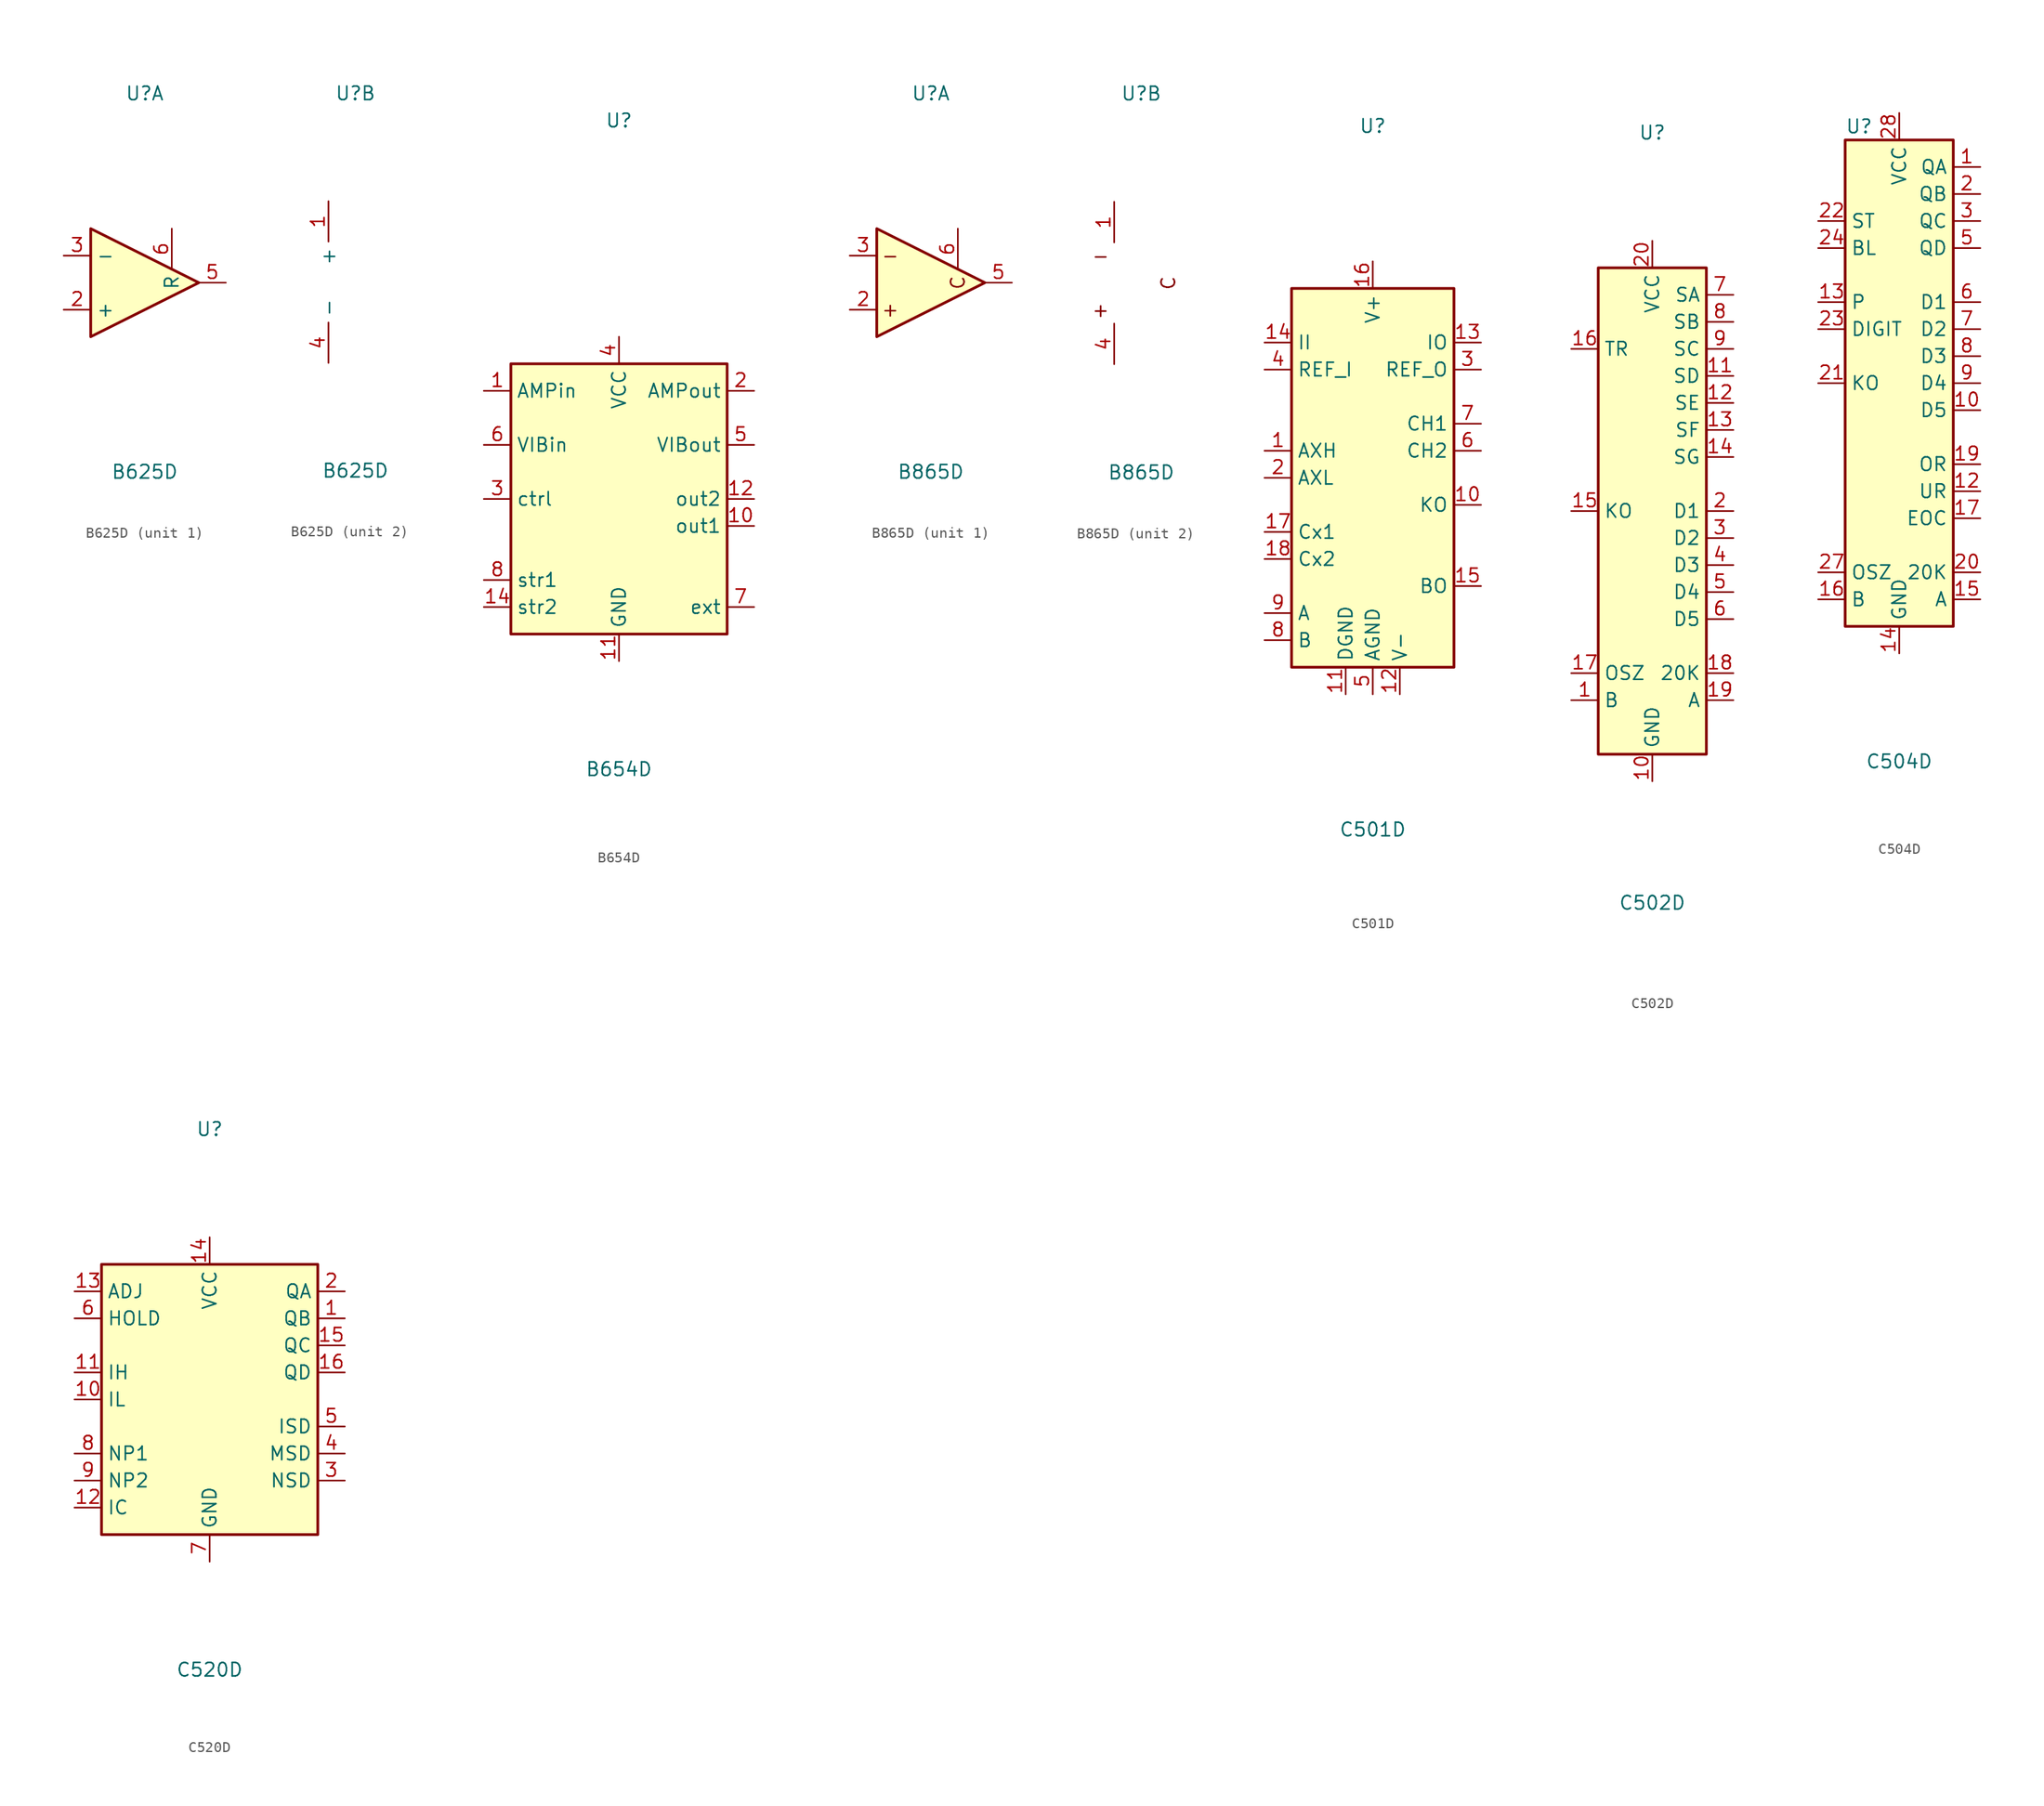
<source format=kicad_sym>
(kicad_symbol_lib
  (version 20241209)
  (generator "kicad_symbol_editor")
  (generator_version "9.0")
  (symbol "B625D"
    (property "Reference" "U"
      (at 0 17.78 0)
      (effects (font (size 1.27 1.27))))
    (property "Value" "B625D"
      (at 0 -17.78 0)
      (effects (font (size 1.27 1.27))))
    (property "ki_locked" ""
      (at 0 0 0)
      (effects (font (size 1.27 1.27))))
    (symbol "B625D_1_1"
      (polyline (pts (xy -5.08 5.08) (xy 5.08 0) (xy -5.08 -5.08) (xy -5.08 5.08)) (stroke (width 0.254) (type default)) (fill (type background)))
      (pin input line (at -7.62 2.54 0) (length 2.54) (name "-" (effects (font (size 1.27 1.27)))) (number "3" (effects (font (size 1.27 1.27)))))
      (pin input line (at -7.62 -2.54 0) (length 2.54) (name "+" (effects (font (size 1.27 1.27)))) (number "2" (effects (font (size 1.27 1.27)))))
      (pin passive line (at 2.54 5.08 270) (length 3.81) (name "R" (effects (font (size 1.27 1.27)))) (number "6" (effects (font (size 1.27 1.27)))))
      (pin output line (at 7.62 0 180) (length 2.54) (name "~" (effects (font (size 1.27 1.27)))) (number "5" (effects (font (size 1.27 1.27))))))
    (symbol "B625D_2_1"
      (pin power_in line (at -2.54 7.62 270) (length 3.81) (name "+" (effects (font (size 1.27 1.27)))) (number "1" (effects (font (size 1.27 1.27)))))
      (pin power_in line (at -2.54 -7.62 90) (length 3.81) (name "-" (effects (font (size 1.27 1.27)))) (number "4" (effects (font (size 1.27 1.27)))))))
  (symbol "B654D"
    (property "Reference" "U"
      (at 0 35.56 0)
      (effects (font (size 1.27 1.27))))
    (property "Value" "B654D"
      (at 0 -25.4 0)
      (effects (font (size 1.27 1.27))))
    (symbol "B654D_0_1"
      (rectangle (start -10.16 12.7) (end 10.16 -12.7) (stroke (width 0.254) (type default)) (fill (type background))))
    (symbol "B654D_1_1"
      (pin input line (at -12.7 10.16 0) (length 2.54) (name "AMPin" (effects (font (size 1.27 1.27)))) (number "1" (effects (font (size 1.27 1.27)))))
      (pin input line (at -12.7 5.08 0) (length 2.54) (name "VIBin" (effects (font (size 1.27 1.27)))) (number "6" (effects (font (size 1.27 1.27)))))
      (pin input line (at -12.7 0 0) (length 2.54) (name "ctrl" (effects (font (size 1.27 1.27)))) (number "3" (effects (font (size 1.27 1.27)))))
      (pin passive line (at -12.7 -7.62 0) (length 2.54) (name "str1" (effects (font (size 1.27 1.27)))) (number "8" (effects (font (size 1.27 1.27)))))
      (pin passive line (at -12.7 -10.16 0) (length 2.54) (name "str2" (effects (font (size 1.27 1.27)))) (number "14" (effects (font (size 1.27 1.27)))))
      (pin no_connect line (at -10.16 -2.54 0) (length 2.54) (hide yes) (name "~" (effects (font (size 1.27 1.27)))) (number "9" (effects (font (size 1.27 1.27)))))
      (pin no_connect line (at -10.16 -5.08 0) (length 2.54) (hide yes) (name "~" (effects (font (size 1.27 1.27)))) (number "13" (effects (font (size 1.27 1.27)))))
      (pin power_in line (at 0 15.24 270) (length 2.54) (name "VCC" (effects (font (size 1.27 1.27)))) (number "4" (effects (font (size 1.27 1.27)))))
      (pin power_in line (at 0 -15.24 90) (length 2.54) (name "GND" (effects (font (size 1.27 1.27)))) (number "11" (effects (font (size 1.27 1.27)))))
      (pin output line (at 12.7 10.16 180) (length 2.54) (name "AMPout" (effects (font (size 1.27 1.27)))) (number "2" (effects (font (size 1.27 1.27)))))
      (pin output line (at 12.7 5.08 180) (length 2.54) (name "VIBout" (effects (font (size 1.27 1.27)))) (number "5" (effects (font (size 1.27 1.27)))))
      (pin output line (at 12.7 0 180) (length 2.54) (name "out2" (effects (font (size 1.27 1.27)))) (number "12" (effects (font (size 1.27 1.27)))))
      (pin output line (at 12.7 -2.54 180) (length 2.54) (name "out1" (effects (font (size 1.27 1.27)))) (number "10" (effects (font (size 1.27 1.27)))))
      (pin passive line (at 12.7 -10.16 180) (length 2.54) (name "ext" (effects (font (size 1.27 1.27)))) (number "7" (effects (font (size 1.27 1.27)))))))
  (symbol "B865D"
    (pin_names
      (hide yes))
    (property "Reference" "U"
      (at 0 17.78 0)
      (effects (font (size 1.27 1.27))))
    (property "Value" "B865D"
      (at 0 -17.78 0)
      (effects (font (size 1.27 1.27))))
    (property "ki_locked" ""
      (at 0 0 0)
      (effects (font (size 1.27 1.27))))
    (symbol "B865D_0_0"
      (text "-" (at -3.81 2.54 0) (effects (font (size 1.27 1.27))))
      (text "+" (at -3.81 -2.54 0) (effects (font (size 1.27 1.27))))
      (text "C" (at 2.54 0 900) (effects (font (size 1.27 1.27)))))
    (symbol "B865D_1_1"
      (polyline (pts (xy -5.08 5.08) (xy 5.08 0) (xy -5.08 -5.08) (xy -5.08 5.08)) (stroke (width 0.254) (type default)) (fill (type background)))
      (pin input line (at -7.62 2.54 0) (length 2.54) (name "-" (effects (font (size 1.27 1.27)))) (number "3" (effects (font (size 1.27 1.27)))))
      (pin input line (at -7.62 -2.54 0) (length 2.54) (name "+" (effects (font (size 1.27 1.27)))) (number "2" (effects (font (size 1.27 1.27)))))
      (pin passive line (at 2.54 5.08 270) (length 3.81) (name "C" (effects (font (size 1.27 1.27)))) (number "6" (effects (font (size 1.27 1.27)))))
      (pin output line (at 7.62 0 180) (length 2.54) (name "~" (effects (font (size 1.27 1.27)))) (number "5" (effects (font (size 1.27 1.27))))))
    (symbol "B865D_2_1"
      (pin power_in line (at -2.54 7.62 270) (length 3.81) (name "+" (effects (font (size 1.27 1.27)))) (number "1" (effects (font (size 1.27 1.27)))))
      (pin power_in line (at -2.54 -7.62 90) (length 3.81) (name "-" (effects (font (size 1.27 1.27)))) (number "4" (effects (font (size 1.27 1.27)))))))
  (symbol "C501D"
    (property "Reference" "U"
      (at 0 33.02 0)
      (effects (font (size 1.27 1.27))))
    (property "Value" "C501D"
      (at 0 -33.02 0)
      (effects (font (size 1.27 1.27))))
    (symbol "C501D_1_1"
      (rectangle (start -7.62 17.78) (end 7.62 -17.78) (stroke (width 0.254) (type default)) (fill (type background)))
      (pin input line (at -10.16 12.7 0) (length 2.54) (name "II" (effects (font (size 1.27 1.27)))) (number "14" (effects (font (size 1.27 1.27)))))
      (pin input line (at -10.16 10.16 0) (length 2.54) (name "REF_I" (effects (font (size 1.27 1.27)))) (number "4" (effects (font (size 1.27 1.27)))))
      (pin input line (at -10.16 2.54 0) (length 2.54) (name "AXH" (effects (font (size 1.27 1.27)))) (number "1" (effects (font (size 1.27 1.27)))))
      (pin input line (at -10.16 0 0) (length 2.54) (name "AXL" (effects (font (size 1.27 1.27)))) (number "2" (effects (font (size 1.27 1.27)))))
      (pin passive line (at -10.16 -5.08 0) (length 2.54) (name "Cx1" (effects (font (size 1.27 1.27)))) (number "17" (effects (font (size 1.27 1.27)))))
      (pin passive line (at -10.16 -7.62 0) (length 2.54) (name "Cx2" (effects (font (size 1.27 1.27)))) (number "18" (effects (font (size 1.27 1.27)))))
      (pin input line (at -10.16 -12.7 0) (length 2.54) (name "A" (effects (font (size 1.27 1.27)))) (number "9" (effects (font (size 1.27 1.27)))))
      (pin input line (at -10.16 -15.24 0) (length 2.54) (name "B" (effects (font (size 1.27 1.27)))) (number "8" (effects (font (size 1.27 1.27)))))
      (pin power_in line (at -2.54 -20.32 90) (length 2.54) (name "DGND" (effects (font (size 1.27 1.27)))) (number "11" (effects (font (size 1.27 1.27)))))
      (pin power_in line (at 0 20.32 270) (length 2.54) (name "V+" (effects (font (size 1.27 1.27)))) (number "16" (effects (font (size 1.27 1.27)))))
      (pin power_in line (at 0 -20.32 90) (length 2.54) (name "AGND" (effects (font (size 1.27 1.27)))) (number "5" (effects (font (size 1.27 1.27)))))
      (pin power_in line (at 2.54 -20.32 90) (length 2.54) (name "V-" (effects (font (size 1.27 1.27)))) (number "12" (effects (font (size 1.27 1.27)))))
      (pin no_connect line (at 7.62 -12.7 180) (length 2.54) (hide yes) (name "~" (effects (font (size 1.27 1.27)))) (number "19" (effects (font (size 1.27 1.27)))))
      (pin no_connect line (at 7.62 -15.24 180) (length 2.54) (hide yes) (name "~" (effects (font (size 1.27 1.27)))) (number "20" (effects (font (size 1.27 1.27)))))
      (pin output line (at 10.16 12.7 180) (length 2.54) (name "IO" (effects (font (size 1.27 1.27)))) (number "13" (effects (font (size 1.27 1.27)))))
      (pin output line (at 10.16 10.16 180) (length 2.54) (name "REF_O" (effects (font (size 1.27 1.27)))) (number "3" (effects (font (size 1.27 1.27)))))
      (pin passive line (at 10.16 5.08 180) (length 2.54) (name "CH1" (effects (font (size 1.27 1.27)))) (number "7" (effects (font (size 1.27 1.27)))))
      (pin passive line (at 10.16 2.54 180) (length 2.54) (name "CH2" (effects (font (size 1.27 1.27)))) (number "6" (effects (font (size 1.27 1.27)))))
      (pin output line (at 10.16 -2.54 180) (length 2.54) (name "KO" (effects (font (size 1.27 1.27)))) (number "10" (effects (font (size 1.27 1.27)))))
      (pin output line (at 10.16 -10.16 180) (length 2.54) (name "BO" (effects (font (size 1.27 1.27)))) (number "15" (effects (font (size 1.27 1.27)))))))
  (symbol "C502D"
    (property "Reference" "U"
      (at 0 35.56 0)
      (effects (font (size 1.27 1.27))))
    (property "Value" "C502D"
      (at 0 -36.83 0)
      (effects (font (size 1.27 1.27))))
    (symbol "C502D_1_1"
      (rectangle (start -5.08 22.86) (end 5.08 -22.86) (stroke (width 0.254) (type default)) (fill (type background)))
      (pin input line (at -7.62 15.24 0) (length 2.54) (name "TR" (effects (font (size 1.27 1.27)))) (number "16" (effects (font (size 1.27 1.27)))))
      (pin input line (at -7.62 0 0) (length 2.54) (name "KO" (effects (font (size 1.27 1.27)))) (number "15" (effects (font (size 1.27 1.27)))))
      (pin passive line (at -7.62 -15.24 0) (length 2.54) (name "OSZ" (effects (font (size 1.27 1.27)))) (number "17" (effects (font (size 1.27 1.27)))))
      (pin input line (at -7.62 -17.78 0) (length 2.54) (name "B" (effects (font (size 1.27 1.27)))) (number "1" (effects (font (size 1.27 1.27)))))
      (pin power_in line (at 0 25.4 270) (length 2.54) (name "VCC" (effects (font (size 1.27 1.27)))) (number "20" (effects (font (size 1.27 1.27)))))
      (pin power_in line (at 0 -25.4 90) (length 2.54) (name "GND" (effects (font (size 1.27 1.27)))) (number "10" (effects (font (size 1.27 1.27)))))
      (pin output line (at 7.62 20.32 180) (length 2.54) (name "SA" (effects (font (size 1.27 1.27)))) (number "7" (effects (font (size 1.27 1.27)))))
      (pin output line (at 7.62 17.78 180) (length 2.54) (name "SB" (effects (font (size 1.27 1.27)))) (number "8" (effects (font (size 1.27 1.27)))))
      (pin output line (at 7.62 15.24 180) (length 2.54) (name "SC" (effects (font (size 1.27 1.27)))) (number "9" (effects (font (size 1.27 1.27)))))
      (pin output line (at 7.62 12.7 180) (length 2.54) (name "SD" (effects (font (size 1.27 1.27)))) (number "11" (effects (font (size 1.27 1.27)))))
      (pin output line (at 7.62 10.16 180) (length 2.54) (name "SE" (effects (font (size 1.27 1.27)))) (number "12" (effects (font (size 1.27 1.27)))))
      (pin output line (at 7.62 7.62 180) (length 2.54) (name "SF" (effects (font (size 1.27 1.27)))) (number "13" (effects (font (size 1.27 1.27)))))
      (pin output line (at 7.62 5.08 180) (length 2.54) (name "SG" (effects (font (size 1.27 1.27)))) (number "14" (effects (font (size 1.27 1.27)))))
      (pin output line (at 7.62 0 180) (length 2.54) (name "D1" (effects (font (size 1.27 1.27)))) (number "2" (effects (font (size 1.27 1.27)))))
      (pin output line (at 7.62 -2.54 180) (length 2.54) (name "D2" (effects (font (size 1.27 1.27)))) (number "3" (effects (font (size 1.27 1.27)))))
      (pin output line (at 7.62 -5.08 180) (length 2.54) (name "D3" (effects (font (size 1.27 1.27)))) (number "4" (effects (font (size 1.27 1.27)))))
      (pin output line (at 7.62 -7.62 180) (length 2.54) (name "D4" (effects (font (size 1.27 1.27)))) (number "5" (effects (font (size 1.27 1.27)))))
      (pin output line (at 7.62 -10.16 180) (length 2.54) (name "D5" (effects (font (size 1.27 1.27)))) (number "6" (effects (font (size 1.27 1.27)))))
      (pin output line (at 7.62 -15.24 180) (length 2.54) (name "20K" (effects (font (size 1.27 1.27)))) (number "18" (effects (font (size 1.27 1.27)))))
      (pin output line (at 7.62 -17.78 180) (length 2.54) (name "A" (effects (font (size 1.27 1.27)))) (number "19" (effects (font (size 1.27 1.27)))))))
  (symbol "C504D"
    (property "Reference" "U"
      (at -5.08 24.13 0)
      (effects (font (size 1.27 1.27)) (justify left)))
    (property "Value" "C504D"
      (at 0 -35.56 0)
      (effects (font (size 1.27 1.27))))
    (symbol "C504D_0_1"
      (rectangle (start -5.08 22.86) (end 5.08 -22.86) (stroke (width 0.254) (type default)) (fill (type background))))
    (symbol "C504D_1_1"
      (pin input line (at -7.62 15.24 0) (length 2.54) (name "ST" (effects (font (size 1.27 1.27)))) (number "22" (effects (font (size 1.27 1.27)))))
      (pin input line (at -7.62 12.7 0) (length 2.54) (name "BL" (effects (font (size 1.27 1.27)))) (number "24" (effects (font (size 1.27 1.27)))))
      (pin input line (at -7.62 7.62 0) (length 2.54) (name "P" (effects (font (size 1.27 1.27)))) (number "13" (effects (font (size 1.27 1.27)))))
      (pin input line (at -7.62 5.08 0) (length 2.54) (name "DIGIT" (effects (font (size 1.27 1.27)))) (number "23" (effects (font (size 1.27 1.27)))))
      (pin input line (at -7.62 0 0) (length 2.54) (name "KO" (effects (font (size 1.27 1.27)))) (number "21" (effects (font (size 1.27 1.27)))))
      (pin passive line (at -7.62 -17.78 0) (length 2.54) (name "OSZ" (effects (font (size 1.27 1.27)))) (number "27" (effects (font (size 1.27 1.27)))))
      (pin input line (at -7.62 -20.32 0) (length 2.54) (name "B" (effects (font (size 1.27 1.27)))) (number "16" (effects (font (size 1.27 1.27)))))
      (pin no_connect line (at -5.08 -2.54 0) (length 2.54) (hide yes) (name "~" (effects (font (size 1.27 1.27)))) (number "4" (effects (font (size 1.27 1.27)))))
      (pin no_connect line (at -5.08 -5.08 0) (length 2.54) (hide yes) (name "~" (effects (font (size 1.27 1.27)))) (number "11" (effects (font (size 1.27 1.27)))))
      (pin no_connect line (at -5.08 -7.62 0) (length 2.54) (hide yes) (name "~" (effects (font (size 1.27 1.27)))) (number "18" (effects (font (size 1.27 1.27)))))
      (pin no_connect line (at -5.08 -10.16 0) (length 2.54) (hide yes) (name "~" (effects (font (size 1.27 1.27)))) (number "25" (effects (font (size 1.27 1.27)))))
      (pin no_connect line (at -5.08 -12.7 0) (length 2.54) (hide yes) (name "~" (effects (font (size 1.27 1.27)))) (number "26" (effects (font (size 1.27 1.27)))))
      (pin power_in line (at 0 25.4 270) (length 2.54) (name "VCC" (effects (font (size 1.27 1.27)))) (number "28" (effects (font (size 1.27 1.27)))))
      (pin power_in line (at 0 -25.4 90) (length 2.54) (name "GND" (effects (font (size 1.27 1.27)))) (number "14" (effects (font (size 1.27 1.27)))))
      (pin output line (at 7.62 20.32 180) (length 2.54) (name "QA" (effects (font (size 1.27 1.27)))) (number "1" (effects (font (size 1.27 1.27)))))
      (pin output line (at 7.62 17.78 180) (length 2.54) (name "QB" (effects (font (size 1.27 1.27)))) (number "2" (effects (font (size 1.27 1.27)))))
      (pin output line (at 7.62 15.24 180) (length 2.54) (name "QC" (effects (font (size 1.27 1.27)))) (number "3" (effects (font (size 1.27 1.27)))))
      (pin output line (at 7.62 12.7 180) (length 2.54) (name "QD" (effects (font (size 1.27 1.27)))) (number "5" (effects (font (size 1.27 1.27)))))
      (pin output line (at 7.62 7.62 180) (length 2.54) (name "D1" (effects (font (size 1.27 1.27)))) (number "6" (effects (font (size 1.27 1.27)))))
      (pin output line (at 7.62 5.08 180) (length 2.54) (name "D2" (effects (font (size 1.27 1.27)))) (number "7" (effects (font (size 1.27 1.27)))))
      (pin output line (at 7.62 2.54 180) (length 2.54) (name "D3" (effects (font (size 1.27 1.27)))) (number "8" (effects (font (size 1.27 1.27)))))
      (pin output line (at 7.62 0 180) (length 2.54) (name "D4" (effects (font (size 1.27 1.27)))) (number "9" (effects (font (size 1.27 1.27)))))
      (pin output line (at 7.62 -2.54 180) (length 2.54) (name "D5" (effects (font (size 1.27 1.27)))) (number "10" (effects (font (size 1.27 1.27)))))
      (pin output line (at 7.62 -7.62 180) (length 2.54) (name "OR" (effects (font (size 1.27 1.27)))) (number "19" (effects (font (size 1.27 1.27)))))
      (pin output line (at 7.62 -10.16 180) (length 2.54) (name "UR" (effects (font (size 1.27 1.27)))) (number "12" (effects (font (size 1.27 1.27)))))
      (pin output line (at 7.62 -12.7 180) (length 2.54) (name "EOC" (effects (font (size 1.27 1.27)))) (number "17" (effects (font (size 1.27 1.27)))))
      (pin output line (at 7.62 -17.78 180) (length 2.54) (name "20K" (effects (font (size 1.27 1.27)))) (number "20" (effects (font (size 1.27 1.27)))))
      (pin output line (at 7.62 -20.32 180) (length 2.54) (name "A" (effects (font (size 1.27 1.27)))) (number "15" (effects (font (size 1.27 1.27)))))))
  (symbol "C520D"
    (property "Reference" "U"
      (at 0 25.4 0)
      (effects (font (size 1.27 1.27))))
    (property "Value" "C520D"
      (at 0 -25.4 0)
      (effects (font (size 1.27 1.27))))
    (symbol "C520D_0_1"
      (rectangle (start -10.16 12.7) (end 10.16 -12.7) (stroke (width 0.254) (type default)) (fill (type background))))
    (symbol "C520D_1_1"
      (pin passive line (at -12.7 10.16 0) (length 2.54) (name "ADJ" (effects (font (size 1.27 1.27)))) (number "13" (effects (font (size 1.27 1.27)))))
      (pin input line (at -12.7 7.62 0) (length 2.54) (name "HOLD" (effects (font (size 1.27 1.27)))) (number "6" (effects (font (size 1.27 1.27)))))
      (pin input line (at -12.7 2.54 0) (length 2.54) (name "IH" (effects (font (size 1.27 1.27)))) (number "11" (effects (font (size 1.27 1.27)))))
      (pin input line (at -12.7 0 0) (length 2.54) (name "IL" (effects (font (size 1.27 1.27)))) (number "10" (effects (font (size 1.27 1.27)))))
      (pin passive line (at -12.7 -5.08 0) (length 2.54) (name "NP1" (effects (font (size 1.27 1.27)))) (number "8" (effects (font (size 1.27 1.27)))))
      (pin passive line (at -12.7 -7.62 0) (length 2.54) (name "NP2" (effects (font (size 1.27 1.27)))) (number "9" (effects (font (size 1.27 1.27)))))
      (pin passive line (at -12.7 -10.16 0) (length 2.54) (name "IC" (effects (font (size 1.27 1.27)))) (number "12" (effects (font (size 1.27 1.27)))))
      (pin power_in line (at 0 15.24 270) (length 2.54) (name "VCC" (effects (font (size 1.27 1.27)))) (number "14" (effects (font (size 1.27 1.27)))))
      (pin power_in line (at 0 -15.24 90) (length 2.54) (name "GND" (effects (font (size 1.27 1.27)))) (number "7" (effects (font (size 1.27 1.27)))))
      (pin output line (at 12.7 10.16 180) (length 2.54) (name "QA" (effects (font (size 1.27 1.27)))) (number "2" (effects (font (size 1.27 1.27)))))
      (pin output line (at 12.7 7.62 180) (length 2.54) (name "QB" (effects (font (size 1.27 1.27)))) (number "1" (effects (font (size 1.27 1.27)))))
      (pin output line (at 12.7 5.08 180) (length 2.54) (name "QC" (effects (font (size 1.27 1.27)))) (number "15" (effects (font (size 1.27 1.27)))))
      (pin output line (at 12.7 2.54 180) (length 2.54) (name "QD" (effects (font (size 1.27 1.27)))) (number "16" (effects (font (size 1.27 1.27)))))
      (pin output line (at 12.7 -2.54 180) (length 2.54) (name "ISD" (effects (font (size 1.27 1.27)))) (number "5" (effects (font (size 1.27 1.27)))))
      (pin output line (at 12.7 -5.08 180) (length 2.54) (name "MSD" (effects (font (size 1.27 1.27)))) (number "4" (effects (font (size 1.27 1.27)))))
      (pin output line (at 12.7 -7.62 180) (length 2.54) (name "NSD" (effects (font (size 1.27 1.27)))) (number "3" (effects (font (size 1.27 1.27))))))))
</source>
